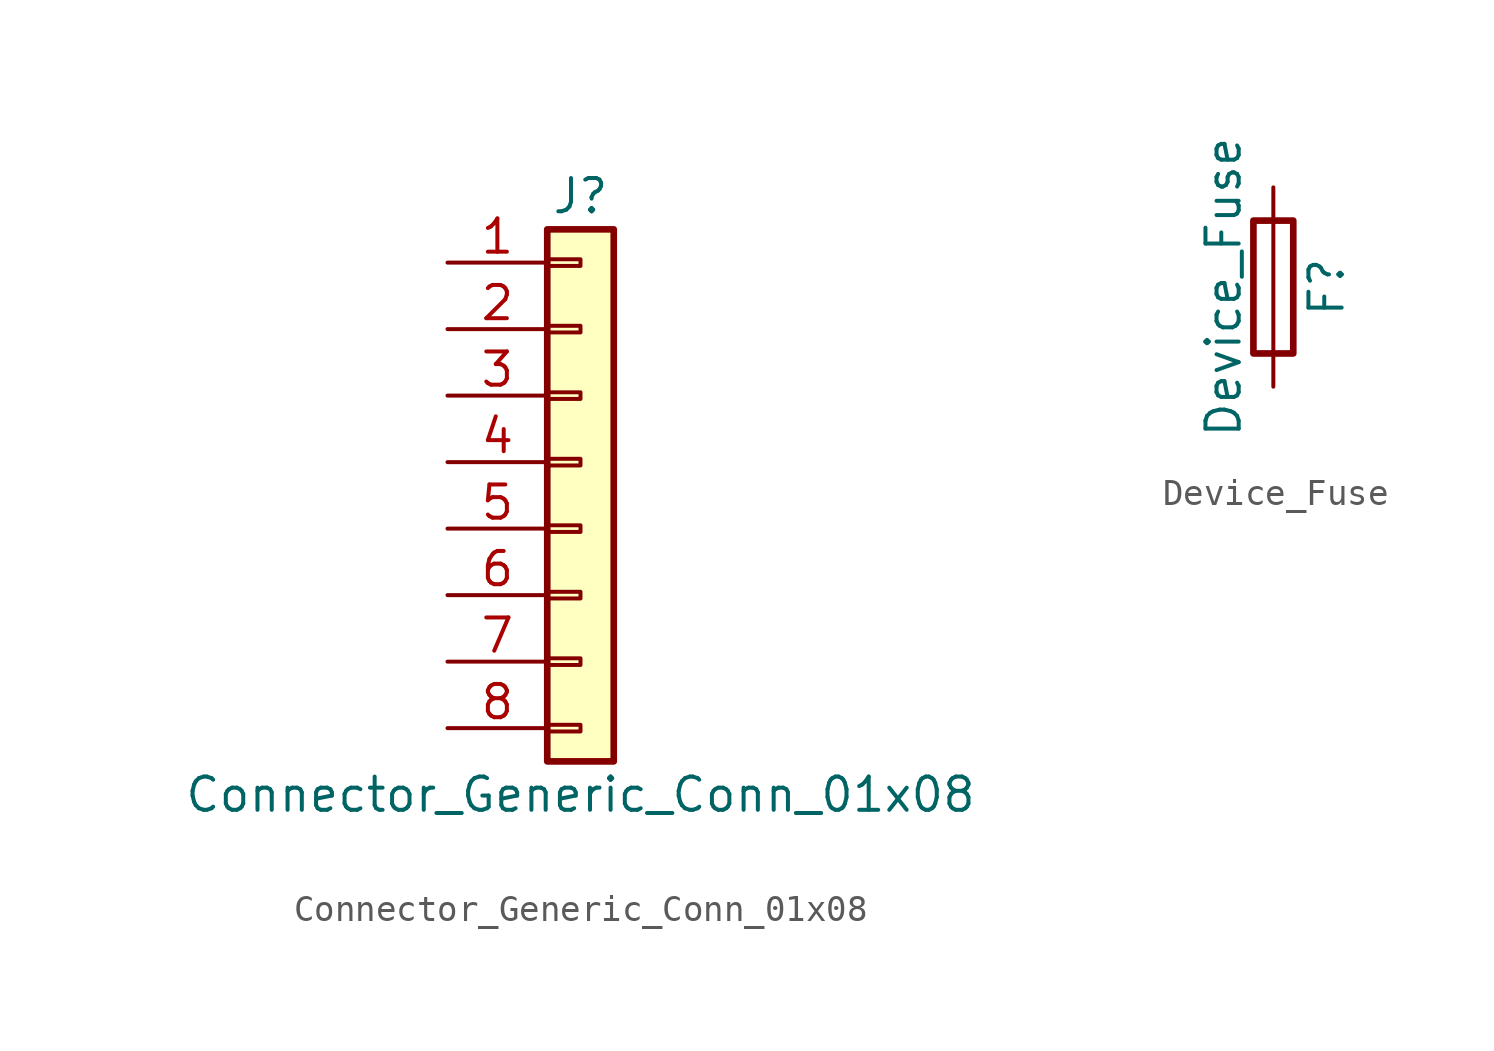
<source format=kicad_sym>
(kicad_symbol_lib
  (version 20231120)
  (generator "kicad_symbol_editor")
  (generator_version "8.0")
  (symbol "Connector_Generic_Conn_01x08"
    (pin_names
      (offset 1.016) hide)
    (property "Reference" "J"
      (at 0 10.16 0)
      (effects (font (size 1.27 1.27))))
    (property "Value" "Connector_Generic_Conn_01x08"
      (at 0 -12.7 0)
      (effects (font (size 1.27 1.27))))
    (symbol "Connector_Generic_Conn_01x08_1_1"
      (rectangle (start -1.27 -10.033) (end 0 -10.287) (stroke (width 0.152) (type solid)) (fill (type none)))
      (rectangle (start -1.27 -7.493) (end 0 -7.747) (stroke (width 0.152) (type solid)) (fill (type none)))
      (rectangle (start -1.27 -4.953) (end 0 -5.207) (stroke (width 0.152) (type solid)) (fill (type none)))
      (rectangle (start -1.27 -2.413) (end 0 -2.667) (stroke (width 0.152) (type solid)) (fill (type none)))
      (rectangle (start -1.27 0.127) (end 0 -0.127) (stroke (width 0.152) (type solid)) (fill (type none)))
      (rectangle (start -1.27 2.667) (end 0 2.413) (stroke (width 0.152) (type solid)) (fill (type none)))
      (rectangle (start -1.27 5.207) (end 0 4.953) (stroke (width 0.152) (type solid)) (fill (type none)))
      (rectangle (start -1.27 7.747) (end 0 7.493) (stroke (width 0.152) (type solid)) (fill (type none)))
      (rectangle (start -1.27 8.89) (end 1.27 -11.43) (stroke (width 0.254) (type solid)) (fill (type background)))
      (pin passive line (at -5.08 7.62 0) (length 3.81) (name "Pin_1" (effects (font (size 1.27 1.27)))) (number "1" (effects (font (size 1.27 1.27)))))
      (pin passive line (at -5.08 5.08 0) (length 3.81) (name "Pin_2" (effects (font (size 1.27 1.27)))) (number "2" (effects (font (size 1.27 1.27)))))
      (pin passive line (at -5.08 2.54 0) (length 3.81) (name "Pin_3" (effects (font (size 1.27 1.27)))) (number "3" (effects (font (size 1.27 1.27)))))
      (pin passive line (at -5.08 0 0) (length 3.81) (name "Pin_4" (effects (font (size 1.27 1.27)))) (number "4" (effects (font (size 1.27 1.27)))))
      (pin passive line (at -5.08 -2.54 0) (length 3.81) (name "Pin_5" (effects (font (size 1.27 1.27)))) (number "5" (effects (font (size 1.27 1.27)))))
      (pin passive line (at -5.08 -5.08 0) (length 3.81) (name "Pin_6" (effects (font (size 1.27 1.27)))) (number "6" (effects (font (size 1.27 1.27)))))
      (pin passive line (at -5.08 -7.62 0) (length 3.81) (name "Pin_7" (effects (font (size 1.27 1.27)))) (number "7" (effects (font (size 1.27 1.27)))))
      (pin passive line (at -5.08 -10.16 0) (length 3.81) (name "Pin_8" (effects (font (size 1.27 1.27)))) (number "8" (effects (font (size 1.27 1.27)))))))
  (symbol "Device_Fuse"
    (pin_numbers hide)
    (pin_names
      (offset 0))
    (property "Reference" "F"
      (at 2.032 0 90)
      (effects (font (size 1.27 1.27))))
    (property "Value" "Device_Fuse"
      (at -1.905 0 90)
      (effects (font (size 1.27 1.27))))
    (symbol "Device_Fuse_0_1"
      (rectangle (start -0.762 -2.54) (end 0.762 2.54) (stroke (width 0.254) (type solid)) (fill (type none)))
      (polyline (pts (xy 0 2.54) (xy 0 -2.54)) (stroke (width 0) (type solid)) (fill (type none))))
    (symbol "Device_Fuse_1_1"
      (pin passive line (at 0 3.81 270) (length 1.27) (name "~" (effects (font (size 1.27 1.27)))) (number "1" (effects (font (size 1.27 1.27)))))
      (pin passive line (at 0 -3.81 90) (length 1.27) (name "~" (effects (font (size 1.27 1.27)))) (number "2" (effects (font (size 1.27 1.27))))))))
</source>
